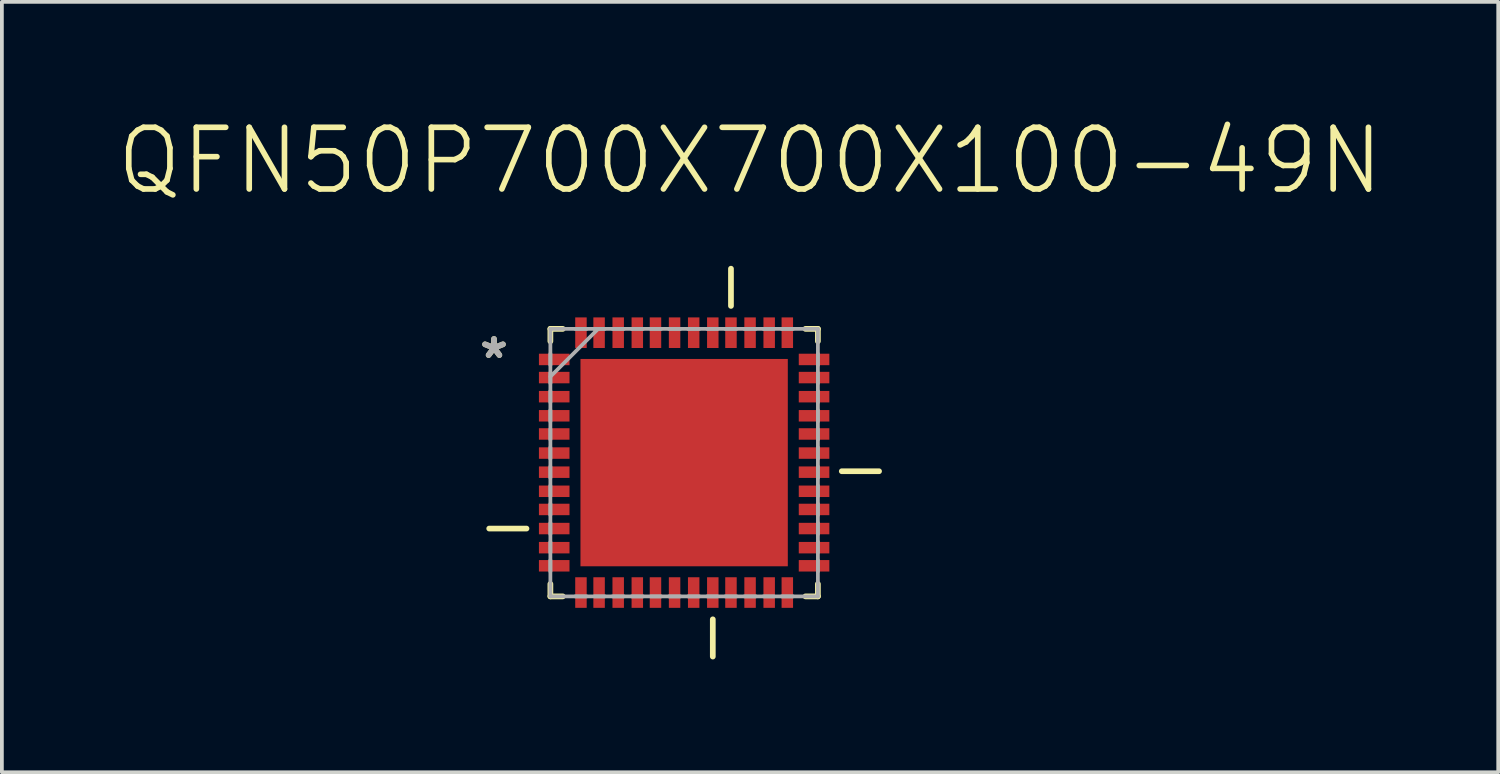
<source format=kicad_pcb>
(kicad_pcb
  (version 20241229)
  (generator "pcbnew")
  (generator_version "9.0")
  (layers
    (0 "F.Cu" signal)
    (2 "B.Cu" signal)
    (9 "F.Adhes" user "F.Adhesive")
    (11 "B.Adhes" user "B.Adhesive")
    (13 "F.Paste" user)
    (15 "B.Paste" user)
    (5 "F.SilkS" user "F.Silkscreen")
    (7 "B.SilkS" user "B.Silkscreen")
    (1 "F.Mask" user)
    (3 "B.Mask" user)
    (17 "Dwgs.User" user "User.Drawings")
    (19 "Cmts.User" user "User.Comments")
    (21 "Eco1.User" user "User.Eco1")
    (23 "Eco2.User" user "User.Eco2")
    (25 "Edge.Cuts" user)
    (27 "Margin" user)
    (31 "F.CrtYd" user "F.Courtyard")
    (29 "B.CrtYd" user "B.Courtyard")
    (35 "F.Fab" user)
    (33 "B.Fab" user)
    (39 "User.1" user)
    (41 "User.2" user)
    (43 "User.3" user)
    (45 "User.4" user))
  (footprint "QFN50P700X700X100-49N"
    (layer "F.Cu")
    (at 15.138 9.249)
    (property "Reference" "QFN50P700X700X100-49N" (at 1.753 -8.026 0) (layer "F.SilkS") (effects (font (size 1.64 1.64) (thickness 0.15))))
    (attr smd)
    (fp_line (start -4.191 1.753) (end -5.182 1.753) (stroke (width 0.152) (type solid)) (layer "F.SilkS"))
    (fp_line (start -3.556 -3.556) (end -3.556 -3.226) (stroke (width 0.152) (type solid)) (layer "F.SilkS"))
    (fp_line (start -3.556 3.226) (end -3.556 3.556) (stroke (width 0.152) (type solid)) (layer "F.SilkS"))
    (fp_line (start -3.556 3.556) (end -3.226 3.556) (stroke (width 0.152) (type solid)) (layer "F.SilkS"))
    (fp_line (start -3.226 -3.556) (end -3.556 -3.556) (stroke (width 0.152) (type solid)) (layer "F.SilkS"))
    (fp_line (start 0.762 4.166) (end 0.762 5.156) (stroke (width 0.152) (type solid)) (layer "F.SilkS"))
    (fp_line (start 1.245 -5.156) (end 1.245 -4.166) (stroke (width 0.152) (type solid)) (layer "F.SilkS"))
    (fp_line (start 3.226 3.556) (end 3.556 3.556) (stroke (width 0.152) (type solid)) (layer "F.SilkS"))
    (fp_line (start 3.556 -3.556) (end 3.226 -3.556) (stroke (width 0.152) (type solid)) (layer "F.SilkS"))
    (fp_line (start 3.556 -3.226) (end 3.556 -3.556) (stroke (width 0.152) (type solid)) (layer "F.SilkS"))
    (fp_line (start 3.556 3.556) (end 3.556 3.226) (stroke (width 0.152) (type solid)) (layer "F.SilkS"))
    (fp_line (start 5.182 0.229) (end 4.191 0.229) (stroke (width 0.152) (type solid)) (layer "F.SilkS"))
    (fp_line (start -3.556 -3.556) (end -3.556 3.556) (stroke (width 0.1) (type solid)) (layer "F.Fab"))
    (fp_line (start -3.556 -2.896) (end -3.556 -2.591) (stroke (width 0.1) (type solid)) (layer "F.Fab"))
    (fp_line (start -3.556 -2.388) (end -3.556 -2.108) (stroke (width 0.1) (type solid)) (layer "F.Fab"))
    (fp_line (start -3.556 -2.286) (end -2.286 -3.556) (stroke (width 0.1) (type solid)) (layer "F.Fab"))
    (fp_line (start -3.556 -1.905) (end -3.556 -1.6) (stroke (width 0.1) (type solid)) (layer "F.Fab"))
    (fp_line (start -3.556 -1.397) (end -3.556 -1.092) (stroke (width 0.1) (type solid)) (layer "F.Fab"))
    (fp_line (start -3.556 -0.889) (end -3.556 -0.61) (stroke (width 0.1) (type solid)) (layer "F.Fab"))
    (fp_line (start -3.556 -0.406) (end -3.556 -0.102) (stroke (width 0.1) (type solid)) (layer "F.Fab"))
    (fp_line (start -3.556 0.102) (end -3.556 0.406) (stroke (width 0.1) (type solid)) (layer "F.Fab"))
    (fp_line (start -3.556 0.61) (end -3.556 0.889) (stroke (width 0.1) (type solid)) (layer "F.Fab"))
    (fp_line (start -3.556 1.092) (end -3.556 1.397) (stroke (width 0.1) (type solid)) (layer "F.Fab"))
    (fp_line (start -3.556 1.6) (end -3.556 1.905) (stroke (width 0.1) (type solid)) (layer "F.Fab"))
    (fp_line (start -3.556 2.108) (end -3.556 2.388) (stroke (width 0.1) (type solid)) (layer "F.Fab"))
    (fp_line (start -3.556 2.591) (end -3.556 2.896) (stroke (width 0.1) (type solid)) (layer "F.Fab"))
    (fp_line (start -3.556 3.556) (end 3.556 3.556) (stroke (width 0.1) (type solid)) (layer "F.Fab"))
    (fp_line (start -2.896 3.556) (end -2.591 3.556) (stroke (width 0.1) (type solid)) (layer "F.Fab"))
    (fp_line (start -2.591 -3.556) (end -2.896 -3.556) (stroke (width 0.1) (type solid)) (layer "F.Fab"))
    (fp_line (start -2.388 3.556) (end -2.108 3.556) (stroke (width 0.1) (type solid)) (layer "F.Fab"))
    (fp_line (start -2.108 -3.556) (end -2.388 -3.556) (stroke (width 0.1) (type solid)) (layer "F.Fab"))
    (fp_line (start -1.905 3.556) (end -1.6 3.556) (stroke (width 0.1) (type solid)) (layer "F.Fab"))
    (fp_line (start -1.6 -3.556) (end -1.905 -3.556) (stroke (width 0.1) (type solid)) (layer "F.Fab"))
    (fp_line (start -1.397 3.556) (end -1.092 3.556) (stroke (width 0.1) (type solid)) (layer "F.Fab"))
    (fp_line (start -1.092 -3.556) (end -1.397 -3.556) (stroke (width 0.1) (type solid)) (layer "F.Fab"))
    (fp_line (start -0.889 3.556) (end -0.61 3.556) (stroke (width 0.1) (type solid)) (layer "F.Fab"))
    (fp_line (start -0.61 -3.556) (end -0.889 -3.556) (stroke (width 0.1) (type solid)) (layer "F.Fab"))
    (fp_line (start -0.406 3.556) (end -0.102 3.556) (stroke (width 0.1) (type solid)) (layer "F.Fab"))
    (fp_line (start -0.102 -3.556) (end -0.406 -3.556) (stroke (width 0.1) (type solid)) (layer "F.Fab"))
    (fp_line (start 0.102 3.556) (end 0.406 3.556) (stroke (width 0.1) (type solid)) (layer "F.Fab"))
    (fp_line (start 0.406 -3.556) (end 0.102 -3.556) (stroke (width 0.1) (type solid)) (layer "F.Fab"))
    (fp_line (start 0.61 3.556) (end 0.889 3.556) (stroke (width 0.1) (type solid)) (layer "F.Fab"))
    (fp_line (start 0.889 -3.556) (end 0.61 -3.556) (stroke (width 0.1) (type solid)) (layer "F.Fab"))
    (fp_line (start 1.092 3.556) (end 1.397 3.556) (stroke (width 0.1) (type solid)) (layer "F.Fab"))
    (fp_line (start 1.397 -3.556) (end 1.092 -3.556) (stroke (width 0.1) (type solid)) (layer "F.Fab"))
    (fp_line (start 1.6 3.556) (end 1.905 3.556) (stroke (width 0.1) (type solid)) (layer "F.Fab"))
    (fp_line (start 1.905 -3.556) (end 1.6 -3.556) (stroke (width 0.1) (type solid)) (layer "F.Fab"))
    (fp_line (start 2.108 3.556) (end 2.388 3.556) (stroke (width 0.1) (type solid)) (layer "F.Fab"))
    (fp_line (start 2.388 -3.556) (end 2.108 -3.556) (stroke (width 0.1) (type solid)) (layer "F.Fab"))
    (fp_line (start 2.591 3.556) (end 2.896 3.556) (stroke (width 0.1) (type solid)) (layer "F.Fab"))
    (fp_line (start 2.896 -3.556) (end 2.591 -3.556) (stroke (width 0.1) (type solid)) (layer "F.Fab"))
    (fp_line (start 3.556 -3.556) (end -3.556 -3.556) (stroke (width 0.1) (type solid)) (layer "F.Fab"))
    (fp_line (start 3.556 -2.591) (end 3.556 -2.896) (stroke (width 0.1) (type solid)) (layer "F.Fab"))
    (fp_line (start 3.556 -2.108) (end 3.556 -2.388) (stroke (width 0.1) (type solid)) (layer "F.Fab"))
    (fp_line (start 3.556 -1.6) (end 3.556 -1.905) (stroke (width 0.1) (type solid)) (layer "F.Fab"))
    (fp_line (start 3.556 -1.092) (end 3.556 -1.397) (stroke (width 0.1) (type solid)) (layer "F.Fab"))
    (fp_line (start 3.556 -0.61) (end 3.556 -0.889) (stroke (width 0.1) (type solid)) (layer "F.Fab"))
    (fp_line (start 3.556 -0.102) (end 3.556 -0.406) (stroke (width 0.1) (type solid)) (layer "F.Fab"))
    (fp_line (start 3.556 0.406) (end 3.556 0.102) (stroke (width 0.1) (type solid)) (layer "F.Fab"))
    (fp_line (start 3.556 0.889) (end 3.556 0.61) (stroke (width 0.1) (type solid)) (layer "F.Fab"))
    (fp_line (start 3.556 1.397) (end 3.556 1.092) (stroke (width 0.1) (type solid)) (layer "F.Fab"))
    (fp_line (start 3.556 1.905) (end 3.556 1.6) (stroke (width 0.1) (type solid)) (layer "F.Fab"))
    (fp_line (start 3.556 2.388) (end 3.556 2.108) (stroke (width 0.1) (type solid)) (layer "F.Fab"))
    (fp_line (start 3.556 2.896) (end 3.556 2.591) (stroke (width 0.1) (type solid)) (layer "F.Fab"))
    (fp_line (start 3.556 3.556) (end 3.556 -3.556) (stroke (width 0.1) (type solid)) (layer "F.Fab"))
    (fp_text user "*" (at -5.055 -2.743 0) (layer "F.SilkS") (effects (font (size 1 1) (thickness 0.15))))
    (fp_text user "*" (at -5.055 -2.743 0) (layer "F.Fab") (effects (font (size 1 1) (thickness 0.15))))
    (pad "1" smd rect (at -3.454 -2.743) (size 0.813 0.305) (layers "F.Cu" "F.Mask" "F.Paste"))
    (pad "2" smd rect (at -3.454 -2.261) (size 0.813 0.305) (layers "F.Cu" "F.Mask" "F.Paste"))
    (pad "3" smd rect (at -3.454 -1.753) (size 0.813 0.305) (layers "F.Cu" "F.Mask" "F.Paste"))
    (pad "4" smd rect (at -3.454 -1.245) (size 0.813 0.305) (layers "F.Cu" "F.Mask" "F.Paste"))
    (pad "5" smd rect (at -3.454 -0.762) (size 0.813 0.305) (layers "F.Cu" "F.Mask" "F.Paste"))
    (pad "6" smd rect (at -3.454 -0.254) (size 0.813 0.305) (layers "F.Cu" "F.Mask" "F.Paste"))
    (pad "7" smd rect (at -3.454 0.254) (size 0.813 0.305) (layers "F.Cu" "F.Mask" "F.Paste"))
    (pad "8" smd rect (at -3.454 0.762) (size 0.813 0.305) (layers "F.Cu" "F.Mask" "F.Paste"))
    (pad "9" smd rect (at -3.454 1.245) (size 0.813 0.305) (layers "F.Cu" "F.Mask" "F.Paste"))
    (pad "10" smd rect (at -3.454 1.753) (size 0.813 0.305) (layers "F.Cu" "F.Mask" "F.Paste"))
    (pad "11" smd rect (at -3.454 2.261) (size 0.813 0.305) (layers "F.Cu" "F.Mask" "F.Paste"))
    (pad "12" smd rect (at -3.454 2.743) (size 0.813 0.305) (layers "F.Cu" "F.Mask" "F.Paste"))
    (pad "13" smd rect (at -2.743 3.454) (size 0.305 0.813) (layers "F.Cu" "F.Mask" "F.Paste"))
    (pad "14" smd rect (at -2.261 3.454) (size 0.305 0.813) (layers "F.Cu" "F.Mask" "F.Paste"))
    (pad "15" smd rect (at -1.753 3.454) (size 0.305 0.813) (layers "F.Cu" "F.Mask" "F.Paste"))
    (pad "16" smd rect (at -1.245 3.454) (size 0.305 0.813) (layers "F.Cu" "F.Mask" "F.Paste"))
    (pad "17" smd rect (at -0.762 3.454) (size 0.305 0.813) (layers "F.Cu" "F.Mask" "F.Paste"))
    (pad "18" smd rect (at -0.254 3.454) (size 0.305 0.813) (layers "F.Cu" "F.Mask" "F.Paste"))
    (pad "19" smd rect (at 0.254 3.454) (size 0.305 0.813) (layers "F.Cu" "F.Mask" "F.Paste"))
    (pad "20" smd rect (at 0.762 3.454) (size 0.305 0.813) (layers "F.Cu" "F.Mask" "F.Paste"))
    (pad "21" smd rect (at 1.245 3.454) (size 0.305 0.813) (layers "F.Cu" "F.Mask" "F.Paste"))
    (pad "22" smd rect (at 1.753 3.454) (size 0.305 0.813) (layers "F.Cu" "F.Mask" "F.Paste"))
    (pad "23" smd rect (at 2.261 3.454) (size 0.305 0.813) (layers "F.Cu" "F.Mask" "F.Paste"))
    (pad "24" smd rect (at 2.743 3.454) (size 0.305 0.813) (layers "F.Cu" "F.Mask" "F.Paste"))
    (pad "25" smd rect (at 3.454 2.743) (size 0.813 0.305) (layers "F.Cu" "F.Mask" "F.Paste"))
    (pad "26" smd rect (at 3.454 2.261) (size 0.813 0.305) (layers "F.Cu" "F.Mask" "F.Paste"))
    (pad "27" smd rect (at 3.454 1.753) (size 0.813 0.305) (layers "F.Cu" "F.Mask" "F.Paste"))
    (pad "28" smd rect (at 3.454 1.245) (size 0.813 0.305) (layers "F.Cu" "F.Mask" "F.Paste"))
    (pad "29" smd rect (at 3.454 0.762) (size 0.813 0.305) (layers "F.Cu" "F.Mask" "F.Paste"))
    (pad "30" smd rect (at 3.454 0.254) (size 0.813 0.305) (layers "F.Cu" "F.Mask" "F.Paste"))
    (pad "31" smd rect (at 3.454 -0.254) (size 0.813 0.305) (layers "F.Cu" "F.Mask" "F.Paste"))
    (pad "32" smd rect (at 3.454 -0.762) (size 0.813 0.305) (layers "F.Cu" "F.Mask" "F.Paste"))
    (pad "33" smd rect (at 3.454 -1.245) (size 0.813 0.305) (layers "F.Cu" "F.Mask" "F.Paste"))
    (pad "34" smd rect (at 3.454 -1.753) (size 0.813 0.305) (layers "F.Cu" "F.Mask" "F.Paste"))
    (pad "35" smd rect (at 3.454 -2.261) (size 0.813 0.305) (layers "F.Cu" "F.Mask" "F.Paste"))
    (pad "36" smd rect (at 3.454 -2.743) (size 0.813 0.305) (layers "F.Cu" "F.Mask" "F.Paste"))
    (pad "37" smd rect (at 2.743 -3.454) (size 0.305 0.813) (layers "F.Cu" "F.Mask" "F.Paste"))
    (pad "38" smd rect (at 2.261 -3.454) (size 0.305 0.813) (layers "F.Cu" "F.Mask" "F.Paste"))
    (pad "39" smd rect (at 1.753 -3.454) (size 0.305 0.813) (layers "F.Cu" "F.Mask" "F.Paste"))
    (pad "40" smd rect (at 1.245 -3.454) (size 0.305 0.813) (layers "F.Cu" "F.Mask" "F.Paste"))
    (pad "41" smd rect (at 0.762 -3.454) (size 0.305 0.813) (layers "F.Cu" "F.Mask" "F.Paste"))
    (pad "42" smd rect (at 0.254 -3.454) (size 0.305 0.813) (layers "F.Cu" "F.Mask" "F.Paste"))
    (pad "43" smd rect (at -0.254 -3.454) (size 0.305 0.813) (layers "F.Cu" "F.Mask" "F.Paste"))
    (pad "44" smd rect (at -0.762 -3.454) (size 0.305 0.813) (layers "F.Cu" "F.Mask" "F.Paste"))
    (pad "45" smd rect (at -1.245 -3.454) (size 0.305 0.813) (layers "F.Cu" "F.Mask" "F.Paste"))
    (pad "46" smd rect (at -1.753 -3.454) (size 0.305 0.813) (layers "F.Cu" "F.Mask" "F.Paste"))
    (pad "47" smd rect (at -2.261 -3.454) (size 0.305 0.813) (layers "F.Cu" "F.Mask" "F.Paste"))
    (pad "48" smd rect (at -2.743 -3.454) (size 0.305 0.813) (layers "F.Cu" "F.Mask" "F.Paste"))
    (pad "49" smd rect (at 0 0) (size 5.512 5.512) (layers "F.Cu" "F.Mask" "F.Paste")))
  (gr_rect
    (start -3 -3)
    (end 36.781 17.481)
    (stroke (width 0.1) (type default))
    (fill no)
    (layer "Edge.Cuts")))
</source>
